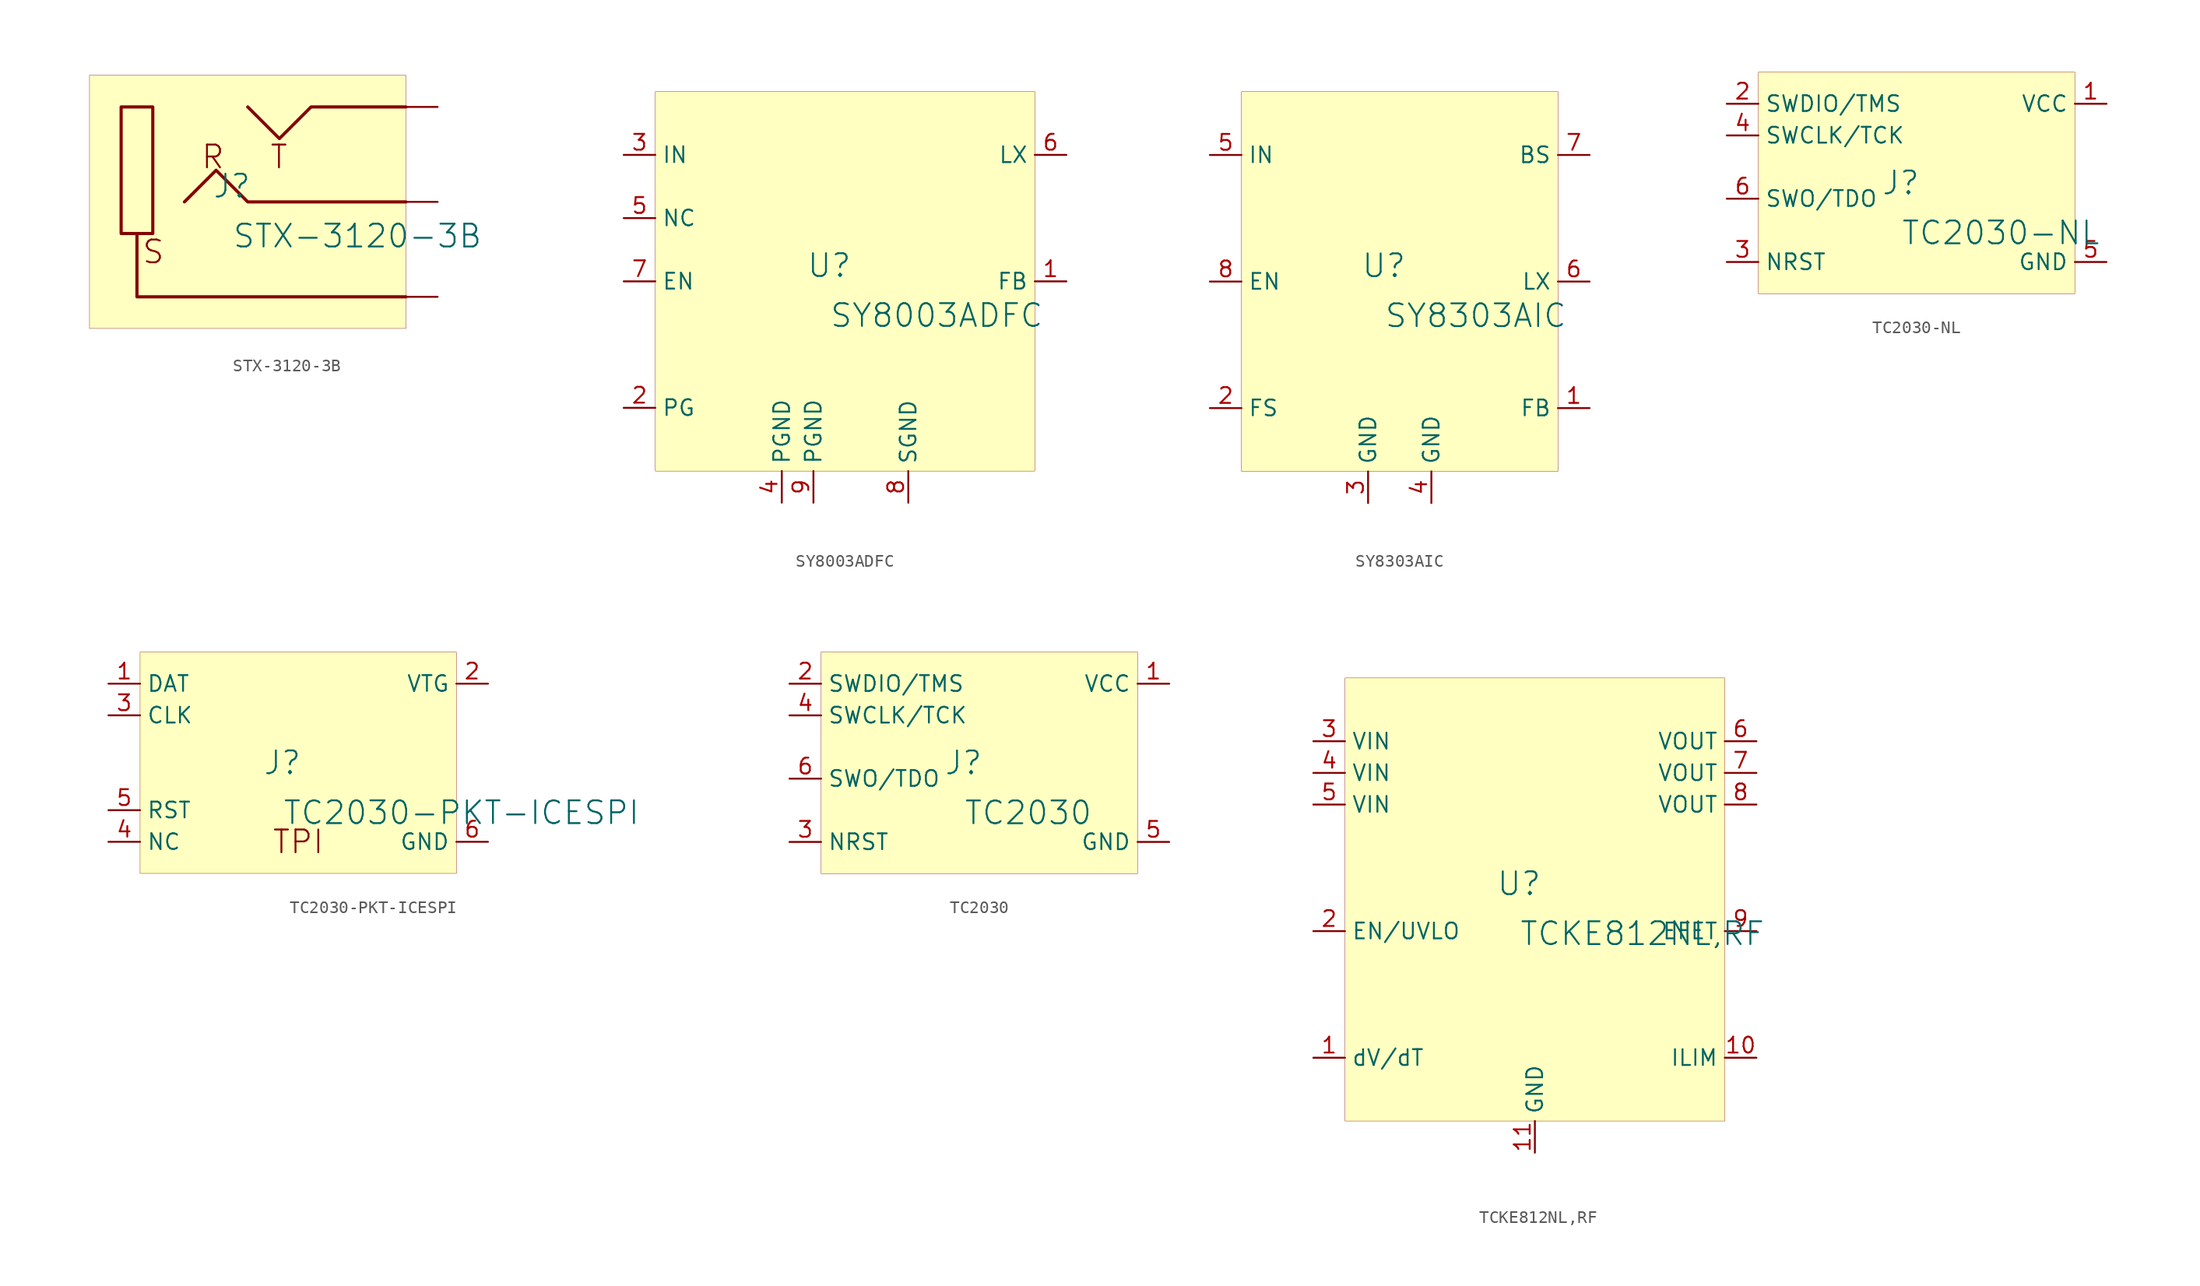
<source format=kicad_sym>
(kicad_symbol_lib
  (version 20231120)
  (generator "kicad_symbol_editor")
  (generator_version "8.0")
  (symbol "STX-3120-3B"
    (property "Reference" "J"
      (at -1.27 1.27 0)
      (effects (font (size 1.829 1.829))))
    (property "Value" "STX-3120-3B"
      (at -1.27 -3.81 0)
      (effects (font (size 1.829 1.829)) (justify left bottom)))
    (symbol "STX-3120-3B_1_0"
      (polyline (pts (xy 12.7 -7.62) (xy -8.89 -7.62) (xy -8.89 -2.54)) (stroke (width 0.254) (type solid)) (fill (type none)))
      (polyline (pts (xy -5.08 0) (xy -2.54 2.54) (xy 0 0) (xy 12.7 0)) (stroke (width 0.254) (type solid)) (fill (type none)))
      (polyline (pts (xy 0 7.62) (xy 2.54 5.08) (xy 5.08 7.62) (xy 12.7 7.62)) (stroke (width 0.254) (type solid)) (fill (type none)))
      (polyline (pts (xy -10.16 2.54) (xy -10.16 7.62) (xy -7.62 7.62) (xy -7.62 -2.54) (xy -10.16 -2.54) (xy -10.16 2.54)) (stroke (width 0.254) (type solid)) (fill (type none)))
      (rectangle (start 12.7 10.16) (end -12.7 -10.16) (stroke (width 0.025) (type solid) (color 128 0 0 1)) (fill (type background)))
      (text "R" (at -1.778 2.54 0) (effects (font (size 1.829 1.829)) (justify right bottom)))
      (text "S" (at -6.604 -5.08 0) (effects (font (size 1.829 1.829)) (justify right bottom)))
      (text "T" (at 3.302 2.54 0) (effects (font (size 1.829 1.829)) (justify right bottom)))
      (pin passive line (at 15.24 0 180) (length 2.54) (name "R" (effects (font (size 0 0)))) (number "R" (effects (font (size 0 0)))))
      (pin passive line (at 15.24 -7.62 180) (length 2.54) (name "S" (effects (font (size 0 0)))) (number "S" (effects (font (size 0 0)))))
      (pin passive line (at 15.24 7.62 180) (length 2.54) (name "T" (effects (font (size 0 0)))) (number "T" (effects (font (size 0 0)))))))
  (symbol "SY8003ADFC"
    (property "Reference" "U"
      (at -1.27 1.27 0)
      (effects (font (size 1.829 1.829))))
    (property "Value" "SY8003ADFC"
      (at -1.27 -3.81 0)
      (effects (font (size 1.829 1.829)) (justify left bottom)))
    (symbol "SY8003ADFC_1_0"
      (rectangle (start 15.24 15.24) (end -15.24 -15.24) (stroke (width 0.025) (type solid) (color 128 0 0 1)) (fill (type background)))
      (pin input line (at 17.78 0 180) (length 2.54) (name "FB" (effects (font (size 1.27 1.27)))) (number "1" (effects (font (size 1.27 1.27)))))
      (pin open_collector line (at -17.78 -10.16 0) (length 2.54) (name "PG" (effects (font (size 1.27 1.27)))) (number "2" (effects (font (size 1.27 1.27)))))
      (pin power_in line (at -17.78 10.16 0) (length 2.54) (name "IN" (effects (font (size 1.27 1.27)))) (number "3" (effects (font (size 1.27 1.27)))))
      (pin power_in line (at -5.08 -17.78 90) (length 2.54) (name "PGND" (effects (font (size 1.27 1.27)))) (number "4" (effects (font (size 1.27 1.27)))))
      (pin passive line (at -17.78 5.08 0) (length 2.54) (name "NC" (effects (font (size 1.27 1.27)))) (number "5" (effects (font (size 1.27 1.27)))))
      (pin power_in line (at 17.78 10.16 180) (length 2.54) (name "LX" (effects (font (size 1.27 1.27)))) (number "6" (effects (font (size 1.27 1.27)))))
      (pin input line (at -17.78 0 0) (length 2.54) (name "EN" (effects (font (size 1.27 1.27)))) (number "7" (effects (font (size 1.27 1.27)))))
      (pin power_in line (at 5.08 -17.78 90) (length 2.54) (name "SGND" (effects (font (size 1.27 1.27)))) (number "8" (effects (font (size 1.27 1.27)))))
      (pin power_in line (at -2.54 -17.78 90) (length 2.54) (name "PGND" (effects (font (size 1.27 1.27)))) (number "9" (effects (font (size 1.27 1.27)))))))
  (symbol "SY8303AIC"
    (property "Reference" "U"
      (at -1.27 1.27 0)
      (effects (font (size 1.829 1.829))))
    (property "Value" "SY8303AIC"
      (at -1.27 -3.81 0)
      (effects (font (size 1.829 1.829)) (justify left bottom)))
    (symbol "SY8303AIC_1_0"
      (rectangle (start 12.7 15.24) (end -12.7 -15.24) (stroke (width 0.025) (type solid) (color 128 0 0 1)) (fill (type background)))
      (pin input line (at 15.24 -10.16 180) (length 2.54) (name "FB" (effects (font (size 1.27 1.27)))) (number "1" (effects (font (size 1.27 1.27)))))
      (pin passive line (at -15.24 -10.16 0) (length 2.54) (name "FS" (effects (font (size 1.27 1.27)))) (number "2" (effects (font (size 1.27 1.27)))))
      (pin power_in line (at -2.54 -17.78 90) (length 2.54) (name "GND" (effects (font (size 1.27 1.27)))) (number "3" (effects (font (size 1.27 1.27)))))
      (pin power_in line (at 2.54 -17.78 90) (length 2.54) (name "GND" (effects (font (size 1.27 1.27)))) (number "4" (effects (font (size 1.27 1.27)))))
      (pin power_in line (at -15.24 10.16 0) (length 2.54) (name "IN" (effects (font (size 1.27 1.27)))) (number "5" (effects (font (size 1.27 1.27)))))
      (pin power_in line (at 15.24 0 180) (length 2.54) (name "LX" (effects (font (size 1.27 1.27)))) (number "6" (effects (font (size 1.27 1.27)))))
      (pin power_in line (at 15.24 10.16 180) (length 2.54) (name "BS" (effects (font (size 1.27 1.27)))) (number "7" (effects (font (size 1.27 1.27)))))
      (pin input line (at -15.24 0 0) (length 2.54) (name "EN" (effects (font (size 1.27 1.27)))) (number "8" (effects (font (size 1.27 1.27)))))))
  (symbol "TC2030-NL"
    (property "Reference" "J"
      (at -1.27 1.27 0)
      (effects (font (size 1.829 1.829))))
    (property "Value" "TC2030-NL"
      (at -1.27 -3.81 0)
      (effects (font (size 1.829 1.829)) (justify left bottom)))
    (symbol "TC2030-NL_1_0"
      (rectangle (start 12.7 10.16) (end -12.7 -7.62) (stroke (width 0.025) (type solid) (color 128 0 0 1)) (fill (type background)))
      (pin passive line (at 15.24 7.62 180) (length 2.54) (name "VCC" (effects (font (size 1.27 1.27)))) (number "1" (effects (font (size 1.27 1.27)))))
      (pin passive line (at -15.24 7.62 0) (length 2.54) (name "SWDIO/TMS" (effects (font (size 1.27 1.27)))) (number "2" (effects (font (size 1.27 1.27)))))
      (pin passive line (at -15.24 -5.08 0) (length 2.54) (name "NRST" (effects (font (size 1.27 1.27)))) (number "3" (effects (font (size 1.27 1.27)))))
      (pin passive line (at -15.24 5.08 0) (length 2.54) (name "SWCLK/TCK" (effects (font (size 1.27 1.27)))) (number "4" (effects (font (size 1.27 1.27)))))
      (pin passive line (at 15.24 -5.08 180) (length 2.54) (name "GND" (effects (font (size 1.27 1.27)))) (number "5" (effects (font (size 1.27 1.27)))))
      (pin passive line (at -15.24 0 0) (length 2.54) (name "SWO/TDO" (effects (font (size 1.27 1.27)))) (number "6" (effects (font (size 1.27 1.27)))))))
  (symbol "TC2030-PKT-ICESPI"
    (property "Reference" "J"
      (at -1.27 1.27 0)
      (effects (font (size 1.829 1.829))))
    (property "Value" "TC2030-PKT-ICESPI"
      (at -1.27 -3.81 0)
      (effects (font (size 1.829 1.829)) (justify left bottom)))
    (symbol "TC2030-PKT-ICESPI_1_0"
      (rectangle (start 12.7 10.16) (end -12.7 -7.62) (stroke (width 0.025) (type solid) (color 128 0 0 1)) (fill (type background)))
      (text "TPI" (at 0 -5.08 0) (effects (font (size 1.829 1.829))))
      (pin passive line (at -15.24 7.62 0) (length 2.54) (name "DAT" (effects (font (size 1.27 1.27)))) (number "1" (effects (font (size 1.27 1.27)))))
      (pin passive line (at 15.24 7.62 180) (length 2.54) (name "VTG" (effects (font (size 1.27 1.27)))) (number "2" (effects (font (size 1.27 1.27)))))
      (pin passive line (at -15.24 5.08 0) (length 2.54) (name "CLK" (effects (font (size 1.27 1.27)))) (number "3" (effects (font (size 1.27 1.27)))))
      (pin passive line (at -15.24 -5.08 0) (length 2.54) (name "NC" (effects (font (size 1.27 1.27)))) (number "4" (effects (font (size 1.27 1.27)))))
      (pin passive line (at -15.24 -2.54 0) (length 2.54) (name "RST" (effects (font (size 1.27 1.27)))) (number "5" (effects (font (size 1.27 1.27)))))
      (pin passive line (at 15.24 -5.08 180) (length 2.54) (name "GND" (effects (font (size 1.27 1.27)))) (number "6" (effects (font (size 1.27 1.27)))))))
  (symbol "TC2030"
    (property "Reference" "J"
      (at -1.27 1.27 0)
      (effects (font (size 1.829 1.829))))
    (property "Value" "TC2030"
      (at -1.27 -3.81 0)
      (effects (font (size 1.829 1.829)) (justify left bottom)))
    (symbol "TC2030_1_0"
      (rectangle (start 12.7 10.16) (end -12.7 -7.62) (stroke (width 0.025) (type solid) (color 128 0 0 1)) (fill (type background)))
      (pin passive line (at 15.24 7.62 180) (length 2.54) (name "VCC" (effects (font (size 1.27 1.27)))) (number "1" (effects (font (size 1.27 1.27)))))
      (pin passive line (at -15.24 7.62 0) (length 2.54) (name "SWDIO/TMS" (effects (font (size 1.27 1.27)))) (number "2" (effects (font (size 1.27 1.27)))))
      (pin passive line (at -15.24 -5.08 0) (length 2.54) (name "NRST" (effects (font (size 1.27 1.27)))) (number "3" (effects (font (size 1.27 1.27)))))
      (pin passive line (at -15.24 5.08 0) (length 2.54) (name "SWCLK/TCK" (effects (font (size 1.27 1.27)))) (number "4" (effects (font (size 1.27 1.27)))))
      (pin passive line (at 15.24 -5.08 180) (length 2.54) (name "GND" (effects (font (size 1.27 1.27)))) (number "5" (effects (font (size 1.27 1.27)))))
      (pin passive line (at -15.24 0 0) (length 2.54) (name "SWO/TDO" (effects (font (size 1.27 1.27)))) (number "6" (effects (font (size 1.27 1.27)))))))
  (symbol "TCKE812NL,RF"
    (property "Reference" "U"
      (at -1.27 1.27 0)
      (effects (font (size 1.829 1.829))))
    (property "Value" "TCKE812NL,RF"
      (at -1.27 -3.81 0)
      (effects (font (size 1.829 1.829)) (justify left bottom)))
    (symbol "TCKE812NL,RF_1_0"
      (rectangle (start 15.24 17.78) (end -15.24 -17.78) (stroke (width 0.025) (type solid) (color 128 0 0 1)) (fill (type background)))
      (pin passive line (at -17.78 -12.7 0) (length 2.54) (name "dV/dT" (effects (font (size 1.27 1.27)))) (number "1" (effects (font (size 1.27 1.27)))))
      (pin passive line (at 17.78 -12.7 180) (length 2.54) (name "ILIM" (effects (font (size 1.27 1.27)))) (number "10" (effects (font (size 1.27 1.27)))))
      (pin power_in line (at 0 -20.32 90) (length 2.54) (name "GND" (effects (font (size 1.27 1.27)))) (number "11" (effects (font (size 1.27 1.27)))))
      (pin input line (at -17.78 -2.54 0) (length 2.54) (name "EN/UVLO" (effects (font (size 1.27 1.27)))) (number "2" (effects (font (size 1.27 1.27)))))
      (pin power_in line (at -17.78 12.7 0) (length 2.54) (name "VIN" (effects (font (size 1.27 1.27)))) (number "3" (effects (font (size 1.27 1.27)))))
      (pin power_in line (at -17.78 10.16 0) (length 2.54) (name "VIN" (effects (font (size 1.27 1.27)))) (number "4" (effects (font (size 1.27 1.27)))))
      (pin power_in line (at -17.78 7.62 0) (length 2.54) (name "VIN" (effects (font (size 1.27 1.27)))) (number "5" (effects (font (size 1.27 1.27)))))
      (pin power_in line (at 17.78 12.7 180) (length 2.54) (name "VOUT" (effects (font (size 1.27 1.27)))) (number "6" (effects (font (size 1.27 1.27)))))
      (pin power_in line (at 17.78 10.16 180) (length 2.54) (name "VOUT" (effects (font (size 1.27 1.27)))) (number "7" (effects (font (size 1.27 1.27)))))
      (pin power_in line (at 17.78 7.62 180) (length 2.54) (name "VOUT" (effects (font (size 1.27 1.27)))) (number "8" (effects (font (size 1.27 1.27)))))
      (pin output line (at 17.78 -2.54 180) (length 2.54) (name "EFET" (effects (font (size 1.27 1.27)))) (number "9" (effects (font (size 1.27 1.27))))))))
</source>
